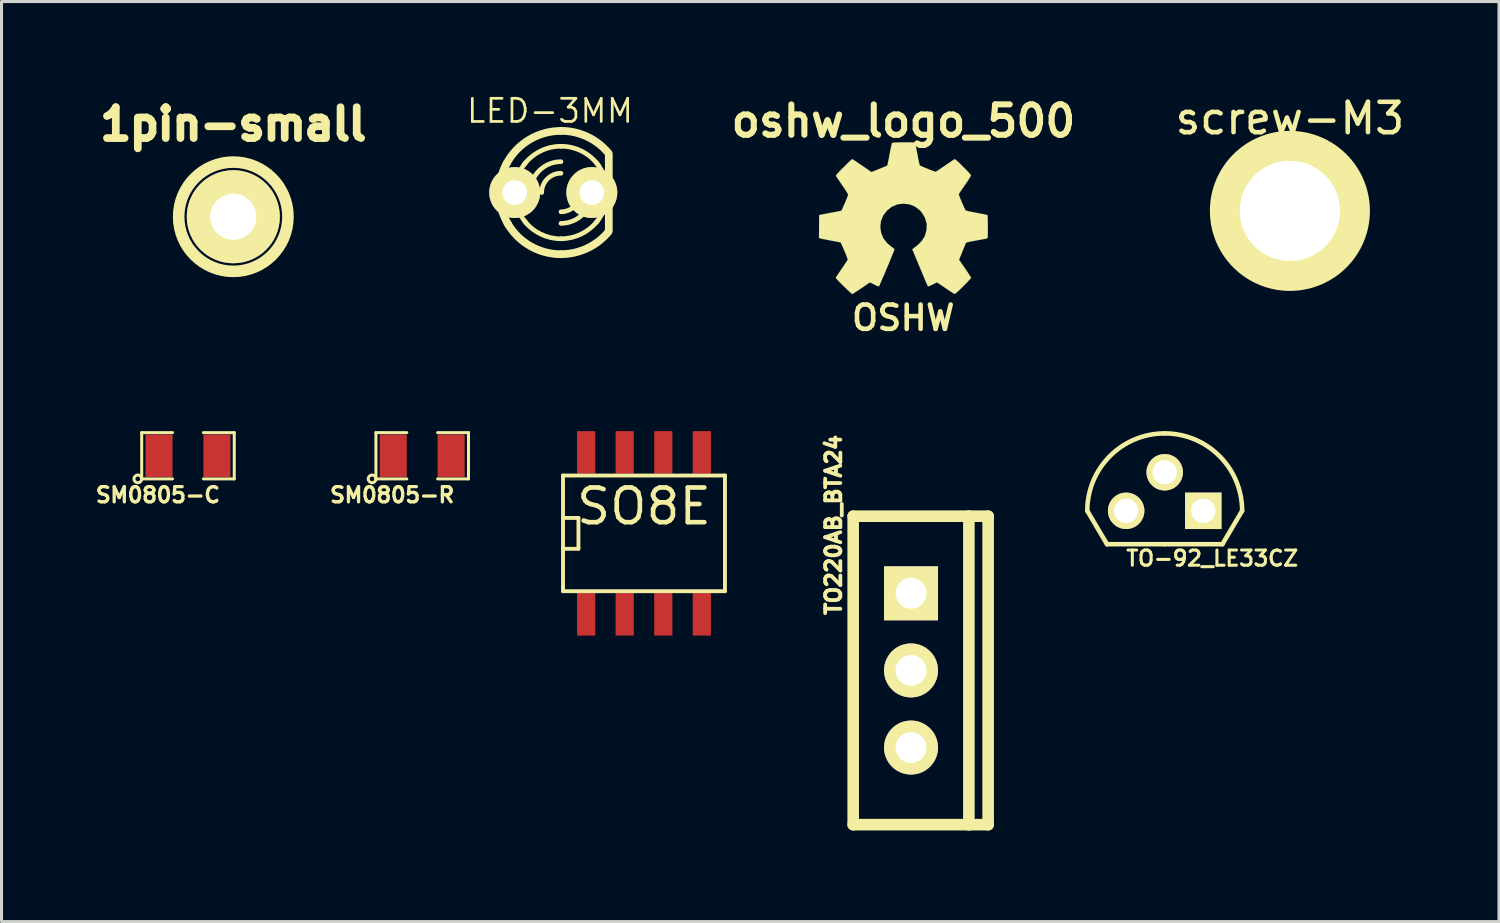
<source format=kicad_pcb>
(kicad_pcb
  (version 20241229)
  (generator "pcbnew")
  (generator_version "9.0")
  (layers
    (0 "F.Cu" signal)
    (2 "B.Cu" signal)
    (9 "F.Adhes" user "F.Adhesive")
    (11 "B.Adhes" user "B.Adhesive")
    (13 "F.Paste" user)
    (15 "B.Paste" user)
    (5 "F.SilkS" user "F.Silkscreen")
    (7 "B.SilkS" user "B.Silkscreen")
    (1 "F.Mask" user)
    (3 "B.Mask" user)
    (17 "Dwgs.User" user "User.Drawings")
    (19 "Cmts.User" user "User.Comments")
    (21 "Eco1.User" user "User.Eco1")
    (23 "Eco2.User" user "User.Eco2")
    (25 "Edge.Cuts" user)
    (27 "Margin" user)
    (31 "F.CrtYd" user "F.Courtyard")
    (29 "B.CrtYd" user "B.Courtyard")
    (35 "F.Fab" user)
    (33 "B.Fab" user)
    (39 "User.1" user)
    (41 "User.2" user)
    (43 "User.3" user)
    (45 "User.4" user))
  (footprint "TO220AB_BTA24"
    (layer "F.Cu")
    (at 26.955 19.031)
    (property "Reference" "TO220AB_BTA24" (at -2.553 -4.792 90) (layer "F.SilkS") (effects (font (size 0.5 0.5) (thickness 0.125))))
    (attr through_hole)
    (fp_line (start -1.905 -5.08) (end 1.905 -5.08) (stroke (width 0.381) (type solid)) (layer "F.SilkS"))
    (fp_line (start -1.905 5.08) (end -1.905 -5.08) (stroke (width 0.381) (type solid)) (layer "F.SilkS"))
    (fp_line (start 1.905 -5.08) (end 1.905 5.08) (stroke (width 0.381) (type solid)) (layer "F.SilkS"))
    (fp_line (start 1.905 -5.08) (end 2.54 -5.08) (stroke (width 0.381) (type solid)) (layer "F.SilkS"))
    (fp_line (start 1.905 5.08) (end -1.905 5.08) (stroke (width 0.381) (type solid)) (layer "F.SilkS"))
    (fp_line (start 2.54 -5.08) (end 2.54 5.08) (stroke (width 0.381) (type solid)) (layer "F.SilkS"))
    (fp_line (start 2.54 5.08) (end 1.905 5.08) (stroke (width 0.381) (type solid)) (layer "F.SilkS"))
    (pad "1" thru_hole rect (at 0 -2.54) (size 1.778 1.778) (drill 1.016) (layers "*.Cu" "*.Mask" "F.SilkS"))
    (pad "2" thru_hole circle (at 0 0) (size 1.778 1.778) (drill 1.016) (layers "*.Cu" "*.Mask" "F.SilkS"))
    (pad "3" thru_hole circle (at 0 2.54) (size 1.778 1.778) (drill 1.016) (layers "*.Cu" "*.Mask" "F.SilkS")))
  (footprint "TO-92_LE33CZ"
    (layer "F.Cu")
    (at 35.31 13.774)
    (property "Reference" "TO-92_LE33CZ" (at 1.565 1.565 0) (layer "F.SilkS") (effects (font (size 0.5 0.5) (thickness 0.1))))
    (attr through_hole)
    (fp_line (start -1.9 1.1) (end -2.55 0) (stroke (width 0.15) (type solid)) (layer "F.SilkS"))
    (fp_line (start 0 1.1) (end -1.9 1.1) (stroke (width 0.15) (type solid)) (layer "F.SilkS"))
    (fp_line (start 0 1.1) (end 1.9 1.1) (stroke (width 0.15) (type solid)) (layer "F.SilkS"))
    (fp_line (start 1.9 1.1) (end 2.55 0) (stroke (width 0.15) (type solid)) (layer "F.SilkS"))
    (fp_arc (start -2.55016 0) (mid -1.803235 -1.803235) (end 0 -2.55016) (stroke (width 0.15) (type solid)) (layer "F.SilkS"))
    (fp_arc (start 0 -2.55016) (mid 1.803235 -1.803235) (end 2.55016 0) (stroke (width 0.15) (type solid)) (layer "F.SilkS"))
    (pad "1" thru_hole rect (at 1.27 0) (size 1.2 1.2) (drill 0.8) (layers "*.Cu" "*.Mask" "F.SilkS"))
    (pad "2" thru_hole circle (at 0 -1.27) (size 1.2 1.2) (drill 0.8) (layers "*.Cu" "*.Mask" "F.SilkS"))
    (pad "3" thru_hole circle (at -1.27 0) (size 1.2 1.2) (drill 0.8) (layers "*.Cu" "*.Mask" "F.SilkS")))
  (footprint "SM0805-R"
    (layer "F.Cu")
    (at 10.856 11.96)
    (property "Reference" "SM0805-R" (at -0.99 1.292 0) (layer "F.SilkS") (effects (font (size 0.5 0.5) (thickness 0.109))))
    (attr smd)
    (fp_line (start -1.524 -0.762) (end -0.508 -0.762) (stroke (width 0.099) (type solid)) (layer "F.SilkS"))
    (fp_line (start -1.524 0.762) (end -1.524 -0.762) (stroke (width 0.099) (type solid)) (layer "F.SilkS"))
    (fp_line (start -0.508 0.762) (end -1.524 0.762) (stroke (width 0.099) (type solid)) (layer "F.SilkS"))
    (fp_line (start 0.508 -0.762) (end 1.524 -0.762) (stroke (width 0.099) (type solid)) (layer "F.SilkS"))
    (fp_line (start 1.524 -0.762) (end 1.524 0.762) (stroke (width 0.099) (type solid)) (layer "F.SilkS"))
    (fp_line (start 1.524 0.762) (end 0.508 0.762) (stroke (width 0.099) (type solid)) (layer "F.SilkS"))
    (fp_circle (center -1.651 0.762) (end -1.651 0.635) (stroke (width 0.099) (type solid)) (fill no) (layer "F.SilkS"))
    (pad "1" smd rect (at -0.953 0) (size 0.889 1.397) (layers "F.Cu" "F.Mask" "F.Paste"))
    (pad "2" smd rect (at 0.953 0) (size 0.889 1.397) (layers "F.Cu" "F.Mask" "F.Paste")))
  (footprint "1pin-small"
    (layer "F.Cu")
    (at 4.634 4.088)
    (property "Reference" "1pin-small" (at 0 -3.048 0) (layer "F.SilkS") (effects (font (size 1.016 1.016) (thickness 0.254))))
    (attr through_hole)
    (fp_circle (center 0 0) (end 0 -1.8) (stroke (width 0.381) (type solid)) (fill no) (layer "F.SilkS"))
    (pad "1" thru_hole circle (at 0 0) (size 3.064 3.064) (drill 1.52) (layers "*.Cu" "*.Mask" "F.SilkS")))
  (footprint "oshw_logo_500"
    (layer "F.Cu")
    (at 26.704 4.136)
    (property "Reference" "oshw_logo_500" (at 0 -3.2 0) (layer "F.SilkS") (effects (font (size 1 1) (thickness 0.2))))
    (attr through_hole)
    (fp_poly (pts (xy -1.687 2.499) (xy -1.656 2.484) (xy -1.593 2.443) (xy -1.499 2.383) (xy -1.389 2.309) (xy -1.278 2.233) (xy -1.189 2.172) (xy -1.125 2.131) (xy -1.097 2.118) (xy -1.085 2.123) (xy -1.031 2.149) (xy -0.955 2.187) (xy -0.912 2.21) (xy -0.841 2.24) (xy -0.808 2.245) (xy -0.8 2.238) (xy -0.775 2.184) (xy -0.737 2.093) (xy -0.683 1.971) (xy -0.622 1.831) (xy -0.559 1.679) (xy -0.493 1.524) (xy -0.432 1.374) (xy -0.378 1.242) (xy -0.335 1.133) (xy -0.305 1.059) (xy -0.295 1.026) (xy -0.297 1.019) (xy -0.333 0.986) (xy -0.394 0.94) (xy -0.526 0.833) (xy -0.655 0.671) (xy -0.734 0.485) (xy -0.762 0.282) (xy -0.739 0.091) (xy -0.663 -0.091) (xy -0.536 -0.254) (xy -0.384 -0.376) (xy -0.203 -0.455) (xy 0 -0.478) (xy 0.193 -0.457) (xy 0.378 -0.384) (xy 0.544 -0.259) (xy 0.612 -0.178) (xy 0.709 -0.013) (xy 0.762 0.165) (xy 0.77 0.211) (xy 0.759 0.406) (xy 0.704 0.592) (xy 0.599 0.759) (xy 0.457 0.897) (xy 0.439 0.912) (xy 0.371 0.96) (xy 0.328 0.996) (xy 0.292 1.024) (xy 0.541 1.623) (xy 0.582 1.717) (xy 0.65 1.882) (xy 0.709 2.022) (xy 0.757 2.134) (xy 0.79 2.21) (xy 0.805 2.24) (xy 0.808 2.24) (xy 0.828 2.245) (xy 0.874 2.228) (xy 0.958 2.187) (xy 1.013 2.159) (xy 1.077 2.129) (xy 1.105 2.118) (xy 1.13 2.131) (xy 1.191 2.169) (xy 1.28 2.23) (xy 1.387 2.304) (xy 1.488 2.372) (xy 1.582 2.433) (xy 1.651 2.477) (xy 1.684 2.494) (xy 1.689 2.494) (xy 1.72 2.479) (xy 1.773 2.433) (xy 1.854 2.357) (xy 1.971 2.243) (xy 1.989 2.225) (xy 2.083 2.129) (xy 2.159 2.047) (xy 2.212 1.991) (xy 2.23 1.963) (xy 2.212 1.93) (xy 2.169 1.864) (xy 2.108 1.768) (xy 2.032 1.656) (xy 1.834 1.369) (xy 1.943 1.097) (xy 1.976 1.013) (xy 2.019 0.912) (xy 2.05 0.841) (xy 2.065 0.808) (xy 2.095 0.798) (xy 2.169 0.78) (xy 2.278 0.757) (xy 2.408 0.734) (xy 2.53 0.711) (xy 2.639 0.691) (xy 2.72 0.676) (xy 2.756 0.668) (xy 2.766 0.663) (xy 2.771 0.645) (xy 2.776 0.607) (xy 2.779 0.541) (xy 2.781 0.434) (xy 2.781 0.282) (xy 2.781 0.264) (xy 2.779 0.117) (xy 2.776 0.003) (xy 2.774 -0.074) (xy 2.769 -0.104) (xy 2.733 -0.112) (xy 2.654 -0.13) (xy 2.545 -0.15) (xy 2.413 -0.175) (xy 2.403 -0.178) (xy 2.273 -0.203) (xy 2.162 -0.226) (xy 2.085 -0.244) (xy 2.052 -0.254) (xy 2.045 -0.264) (xy 2.019 -0.315) (xy 1.981 -0.396) (xy 1.938 -0.495) (xy 1.895 -0.599) (xy 1.857 -0.691) (xy 1.831 -0.762) (xy 1.824 -0.792) (xy 1.826 -0.792) (xy 1.844 -0.826) (xy 1.89 -0.894) (xy 1.953 -0.988) (xy 2.032 -1.1) (xy 2.037 -1.107) (xy 2.113 -1.219) (xy 2.174 -1.313) (xy 2.215 -1.382) (xy 2.23 -1.412) (xy 2.205 -1.445) (xy 2.149 -1.509) (xy 2.068 -1.595) (xy 1.968 -1.692) (xy 1.938 -1.722) (xy 1.831 -1.829) (xy 1.755 -1.897) (xy 1.709 -1.935) (xy 1.687 -1.943) (xy 1.684 -1.943) (xy 1.651 -1.923) (xy 1.582 -1.877) (xy 1.486 -1.811) (xy 1.374 -1.735) (xy 1.367 -1.73) (xy 1.255 -1.654) (xy 1.161 -1.59) (xy 1.095 -1.547) (xy 1.067 -1.529) (xy 1.062 -1.529) (xy 1.016 -1.544) (xy 0.937 -1.572) (xy 0.841 -1.608) (xy 0.737 -1.651) (xy 0.645 -1.689) (xy 0.574 -1.722) (xy 0.541 -1.74) (xy 0.541 -1.742) (xy 0.528 -1.781) (xy 0.508 -1.864) (xy 0.485 -1.979) (xy 0.46 -2.116) (xy 0.455 -2.139) (xy 0.429 -2.271) (xy 0.409 -2.38) (xy 0.394 -2.456) (xy 0.386 -2.487) (xy 0.366 -2.492) (xy 0.302 -2.497) (xy 0.203 -2.499) (xy 0.084 -2.499) (xy -0.041 -2.499) (xy -0.165 -2.497) (xy -0.269 -2.492) (xy -0.345 -2.487) (xy -0.376 -2.482) (xy -0.376 -2.479) (xy -0.389 -2.438) (xy -0.406 -2.355) (xy -0.429 -2.24) (xy -0.457 -2.103) (xy -0.462 -2.078) (xy -0.485 -1.946) (xy -0.508 -1.839) (xy -0.523 -1.763) (xy -0.533 -1.735) (xy -0.544 -1.727) (xy -0.599 -1.704) (xy -0.688 -1.666) (xy -0.798 -1.623) (xy -1.052 -1.519) (xy -1.364 -1.735) (xy -1.394 -1.753) (xy -1.506 -1.829) (xy -1.598 -1.892) (xy -1.661 -1.933) (xy -1.689 -1.948) (xy -1.692 -1.946) (xy -1.722 -1.92) (xy -1.783 -1.862) (xy -1.869 -1.778) (xy -1.966 -1.681) (xy -2.04 -1.608) (xy -2.126 -1.521) (xy -2.179 -1.463) (xy -2.21 -1.425) (xy -2.22 -1.402) (xy -2.217 -1.387) (xy -2.197 -1.354) (xy -2.151 -1.285) (xy -2.088 -1.191) (xy -2.012 -1.079) (xy -1.948 -0.988) (xy -1.882 -0.884) (xy -1.836 -0.808) (xy -1.821 -0.772) (xy -1.826 -0.757) (xy -1.847 -0.696) (xy -1.885 -0.602) (xy -1.93 -0.493) (xy -2.04 -0.246) (xy -2.202 -0.213) (xy -2.301 -0.196) (xy -2.438 -0.17) (xy -2.568 -0.145) (xy -2.774 -0.104) (xy -2.781 0.648) (xy -2.751 0.663) (xy -2.72 0.671) (xy -2.644 0.688) (xy -2.535 0.709) (xy -2.408 0.734) (xy -2.299 0.754) (xy -2.187 0.775) (xy -2.108 0.79) (xy -2.073 0.798) (xy -2.065 0.808) (xy -2.037 0.861) (xy -1.999 0.947) (xy -1.956 1.049) (xy -1.91 1.153) (xy -1.872 1.252) (xy -1.844 1.326) (xy -1.834 1.364) (xy -1.849 1.392) (xy -1.892 1.458) (xy -1.953 1.549) (xy -2.027 1.659) (xy -2.101 1.768) (xy -2.164 1.862) (xy -2.207 1.928) (xy -2.228 1.958) (xy -2.217 1.981) (xy -2.174 2.032) (xy -2.09 2.118) (xy -1.968 2.24) (xy -1.948 2.258) (xy -1.852 2.352) (xy -1.768 2.428) (xy -1.712 2.479) (xy -1.687 2.499)) (stroke (width 0.003) (type solid)) (fill yes) (layer "F.SilkS"))
    (fp_text user "OSHW" (at -0.005 3.282 0) (layer "F.SilkS") (effects (font (size 0.8 0.8) (thickness 0.15)))))
  (footprint "SM0805-C"
    (layer "F.Cu")
    (at 3.141 11.96)
    (property "Reference" "SM0805-C" (at -0.99 1.292 0) (layer "F.SilkS") (effects (font (size 0.5 0.5) (thickness 0.109))))
    (attr smd)
    (fp_line (start -1.524 -0.762) (end -0.508 -0.762) (stroke (width 0.099) (type solid)) (layer "F.SilkS"))
    (fp_line (start -1.524 0.762) (end -1.524 -0.762) (stroke (width 0.099) (type solid)) (layer "F.SilkS"))
    (fp_line (start -0.508 0.762) (end -1.524 0.762) (stroke (width 0.099) (type solid)) (layer "F.SilkS"))
    (fp_line (start 0.508 -0.762) (end 1.524 -0.762) (stroke (width 0.099) (type solid)) (layer "F.SilkS"))
    (fp_line (start 1.524 -0.762) (end 1.524 0.762) (stroke (width 0.099) (type solid)) (layer "F.SilkS"))
    (fp_line (start 1.524 0.762) (end 0.508 0.762) (stroke (width 0.099) (type solid)) (layer "F.SilkS"))
    (fp_circle (center -1.651 0.762) (end -1.651 0.635) (stroke (width 0.099) (type solid)) (fill no) (layer "F.SilkS"))
    (pad "1" smd rect (at -0.953 0) (size 0.889 1.397) (layers "F.Cu" "F.Mask" "F.Paste"))
    (pad "2" smd rect (at 0.953 0) (size 0.889 1.397) (layers "F.Cu" "F.Mask" "F.Paste")))
  (footprint "screw-M3"
    (layer "F.Cu")
    (at 39.433 3.896)
    (property "Reference" "screw-M3" (at 0 -3.048 0) (layer "F.SilkS") (effects (font (size 1 1) (thickness 0.15))))
    (attr through_hole)
    (fp_circle (center 0 0) (end 0 -2.56) (stroke (width 0.15) (type solid)) (fill no) (layer "F.SilkS"))
    (pad "1" thru_hole circle (at 0 0) (size 5.064 5.064) (drill 3.3) (layers "*.Cu" "*.Mask" "F.SilkS")))
  (footprint "LED-3MM"
    (layer "F.Cu")
    (at 15.172 3.291)
    (property "Reference" "LED-3MM" (at -0.108 -2.689 0) (layer "F.SilkS") (effects (font (size 0.762 0.762) (thickness 0.089))))
    (attr through_hole)
    (fp_line (start 1.829 1.27) (end 1.829 -1.27) (stroke (width 0.254) (type solid)) (layer "F.SilkS"))
    (fp_arc (start -1.778 0) (mid -1.716347 -0.496745) (end -1.53513 -0.963347) (stroke (width 0.254) (type solid)) (layer "F.SilkS"))
    (fp_arc (start -1.5367 -0.95504) (mid -0.790567 -1.739997) (end 0.253025 -2.02946) (stroke (width 0.254) (type solid)) (layer "F.SilkS"))
    (fp_arc (start -1.47574 1.06426) (mid -1.700164 0.553076) (end -1.776923 0.0001) (stroke (width 0.254) (type solid)) (layer "F.SilkS"))
    (fp_arc (start -1.27 0) (mid -1.178999 -0.518738) (end -0.916864 -0.975527) (stroke (width 0.1524) (type solid)) (layer "F.SilkS"))
    (fp_arc (start -0.9652 -0.9144) (mid -0.427912 -1.362928) (end 0.253199 -1.524) (stroke (width 0.1524) (type solid)) (layer "F.SilkS"))
    (fp_arc (start -0.88392 1.01092) (mid -1.168742 0.540951) (end -1.268111 0.000469) (stroke (width 0.1524) (type solid)) (layer "F.SilkS"))
    (fp_arc (start -0.762 0) (mid -0.46442 -0.71842) (end 0.254 -1.016) (stroke (width 0.1524) (type solid)) (layer "F.SilkS"))
    (fp_arc (start -0.381 0) (mid -0.195013 -0.449013) (end 0.254 -0.635) (stroke (width 0.1524) (type solid)) (layer "F.SilkS"))
    (fp_arc (start 0.254 -2.032) (mid 1.114367 -1.840867) (end 1.81288 -1.303426) (stroke (width 0.254) (type solid)) (layer "F.SilkS"))
    (fp_arc (start 0.254 -1.524) (mid 0.950618 -1.35547) (end 1.493166 -0.887155) (stroke (width 0.1524) (type solid)) (layer "F.SilkS"))
    (fp_arc (start 0.254 1.524) (mid -0.415273 1.369179) (end -0.948564 0.936171) (stroke (width 0.1524) (type solid)) (layer "F.SilkS"))
    (fp_arc (start 0.254 2.032) (mid -0.76507 1.757988) (end -1.509299 1.009851) (stroke (width 0.254) (type solid)) (layer "F.SilkS"))
    (fp_arc (start 0.889 0) (mid 0.703013 0.449013) (end 0.254 0.635) (stroke (width 0.1524) (type solid)) (layer "F.SilkS"))
    (fp_arc (start 1.27 0) (mid 0.97242 0.71842) (end 0.254 1.016) (stroke (width 0.1524) (type solid)) (layer "F.SilkS"))
    (fp_arc (start 1.4097 -0.9906) (mid 1.681593 -0.528119) (end 1.776147 -0.000034) (stroke (width 0.1524) (type solid)) (layer "F.SilkS"))
    (fp_arc (start 1.45542 0.93472) (mid 0.922882 1.367373) (end 0.254442 1.522206) (stroke (width 0.1524) (type solid)) (layer "F.SilkS"))
    (fp_arc (start 1.778 0) (mid 1.686999 0.518738) (end 1.424864 0.975527) (stroke (width 0.1524) (type solid)) (layer "F.SilkS"))
    (fp_arc (start 1.8034 1.31064) (mid 1.109154 1.840416) (end 0.256552 2.029387) (stroke (width 0.254) (type solid)) (layer "F.SilkS"))
    (pad "1" thru_hole circle (at -1.27 0) (size 1.676 1.676) (drill 0.813) (layers "*.Cu" "*.Mask" "F.SilkS"))
    (pad "2" thru_hole circle (at 1.27 0) (size 1.676 1.676) (drill 0.813) (layers "*.Cu" "*.Mask" "F.SilkS")))
  (footprint "SO8E"
    (layer "F.Cu")
    (at 18.16 14.516)
    (property "Reference" "SO8E" (at 0 -0.889 0) (layer "F.SilkS") (effects (font (size 1.143 1.143) (thickness 0.152))))
    (attr smd)
    (fp_line (start -2.667 -1.905) (end -2.667 1.778) (stroke (width 0.127) (type solid)) (layer "F.SilkS"))
    (fp_line (start -2.667 -0.508) (end -2.159 -0.508) (stroke (width 0.127) (type solid)) (layer "F.SilkS"))
    (fp_line (start -2.667 1.778) (end -2.667 1.905) (stroke (width 0.127) (type solid)) (layer "F.SilkS"))
    (fp_line (start -2.667 1.905) (end 2.667 1.905) (stroke (width 0.127) (type solid)) (layer "F.SilkS"))
    (fp_line (start -2.159 -0.508) (end -2.159 0.508) (stroke (width 0.127) (type solid)) (layer "F.SilkS"))
    (fp_line (start -2.159 0.508) (end -2.667 0.508) (stroke (width 0.127) (type solid)) (layer "F.SilkS"))
    (fp_line (start 2.667 -1.905) (end -2.667 -1.905) (stroke (width 0.127) (type solid)) (layer "F.SilkS"))
    (fp_line (start 2.667 -1.905) (end 2.667 1.905) (stroke (width 0.127) (type solid)) (layer "F.SilkS"))
    (pad "1" smd rect (at -1.905 2.667) (size 0.599 1.4) (layers "F.Cu" "F.Mask" "F.Paste"))
    (pad "2" smd rect (at -0.635 2.667) (size 0.599 1.4) (layers "F.Cu" "F.Mask" "F.Paste"))
    (pad "3" smd rect (at 0.635 2.667) (size 0.599 1.4) (layers "F.Cu" "F.Mask" "F.Paste"))
    (pad "4" smd rect (at 1.905 2.667) (size 0.599 1.4) (layers "F.Cu" "F.Mask" "F.Paste"))
    (pad "5" smd rect (at 1.905 -2.667) (size 0.599 1.4) (layers "F.Cu" "F.Mask" "F.Paste"))
    (pad "6" smd rect (at 0.635 -2.667) (size 0.599 1.4) (layers "F.Cu" "F.Mask" "F.Paste"))
    (pad "7" smd rect (at -0.635 -2.667) (size 0.599 1.4) (layers "F.Cu" "F.Mask" "F.Paste"))
    (pad "8" smd rect (at -1.905 -2.667) (size 0.599 1.4) (layers "F.Cu" "F.Mask" "F.Paste")))
  (gr_rect
    (start -3 -3)
    (end 46.32 27.302)
    (stroke (width 0.1) (type default))
    (fill no)
    (layer "Edge.Cuts")))
</source>
